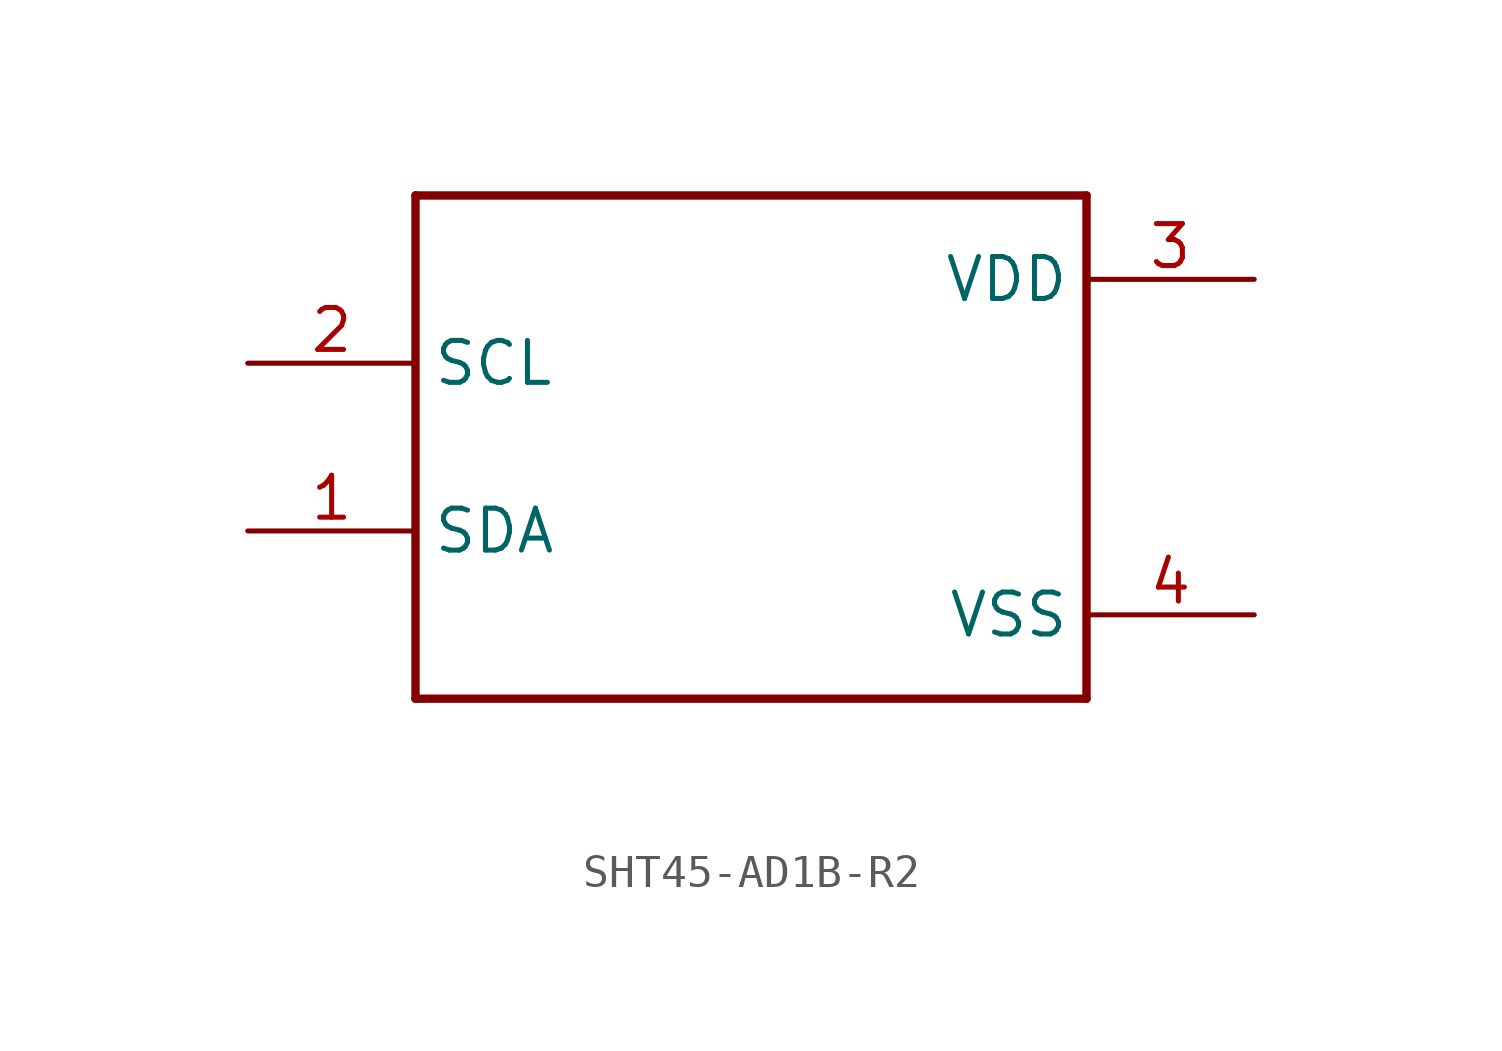
<source format=kicad_sym>
(kicad_symbol_lib
  (version 20231120)
  (generator "kicad_symbol_editor")
  (generator_version "8.0")
  (symbol "SHT45-AD1B-R2"
    (property "Reference" ""
      (at -10.16 8.89 0)
      (effects (font (size 1.27 1.079)) (justify left bottom) (hide yes)))
    (property "Value" ""
      (at -10.16 -10.16 0)
      (effects (font (size 1.27 1.079)) (justify left bottom)))
    (property "ki_locked" ""
      (at 0 0 0)
      (effects (font (size 1.27 1.27))))
    (symbol "SHT45-AD1B-R2_1_0"
      (polyline (pts (xy -10.16 -7.62) (xy -10.16 7.62)) (stroke (width 0.254) (type solid)) (fill (type none)))
      (polyline (pts (xy -10.16 7.62) (xy 10.16 7.62)) (stroke (width 0.254) (type solid)) (fill (type none)))
      (polyline (pts (xy 10.16 -7.62) (xy -10.16 -7.62)) (stroke (width 0.254) (type solid)) (fill (type none)))
      (polyline (pts (xy 10.16 7.62) (xy 10.16 -7.62)) (stroke (width 0.254) (type solid)) (fill (type none)))
      (pin bidirectional line (at -15.24 -2.54 0) (length 5.08) (name "SDA" (effects (font (size 1.27 1.27)))) (number "1" (effects (font (size 1.27 1.27)))))
      (pin input line (at -15.24 2.54 0) (length 5.08) (name "SCL" (effects (font (size 1.27 1.27)))) (number "2" (effects (font (size 1.27 1.27)))))
      (pin power_in line (at 15.24 5.08 180) (length 5.08) (name "VDD" (effects (font (size 1.27 1.27)))) (number "3" (effects (font (size 1.27 1.27)))))
      (pin power_in line (at 15.24 -5.08 180) (length 5.08) (name "VSS" (effects (font (size 1.27 1.27)))) (number "4" (effects (font (size 1.27 1.27))))))))
</source>
